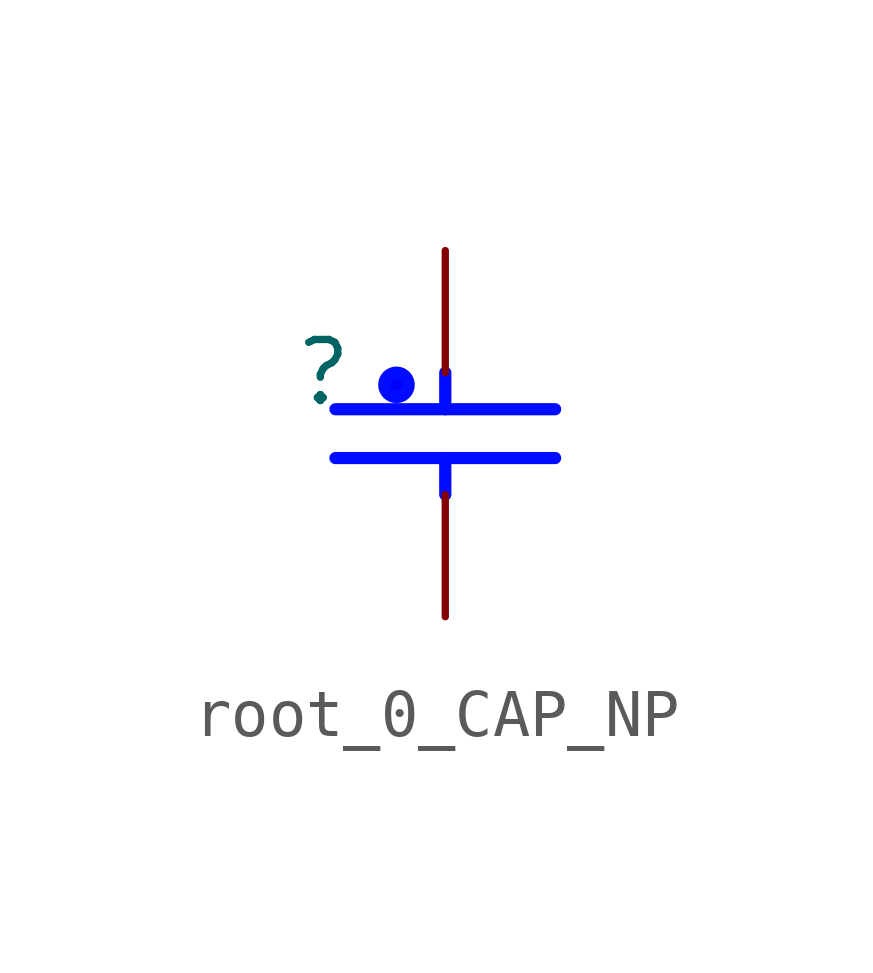
<source format=kicad_sym>
(kicad_symbol_lib
  (version 20231120)
  (generator "kicad_symbol_editor")
  (generator_version "8.0")
  (symbol "root_0_CAP_NP"
    (property "Reference" ""
      (at 0 0 0)
      (effects (font (size 1.27 1.27))))
    (property "Value" ""
      (at 0 0 0)
      (effects (font (size 1.27 1.27))))
    (symbol "root_0_CAP_NP_1_0"
      (polyline (pts (xy 0.254 -1.778) (xy 4.826 -1.778)) (stroke (width 0.254) (type solid) (color 0 11 255 1)) (fill (type none)))
      (polyline (pts (xy 0.254 -0.762) (xy 4.826 -0.762)) (stroke (width 0.254) (type solid) (color 0 11 255 1)) (fill (type none)))
      (polyline (pts (xy 2.54 -2.54) (xy 2.54 -1.778)) (stroke (width 0.254) (type solid) (color 0 11 255 1)) (fill (type none)))
      (polyline (pts (xy 2.54 0) (xy 2.54 -0.762)) (stroke (width 0.254) (type solid) (color 0 11 255 1)) (fill (type none)))
      (circle (center 1.524 -0.254) (radius 0.254) (stroke (width 0.254) (type solid) (color 0 11 255 1)) (fill (type color) (color 0 0 255 1)))
      (pin passive line (at 2.54 2.54 270) (length 2.54) (name "1" (effects (font (size 0 0)))) (number "1" (effects (font (size 0 0)))))
      (pin passive line (at 2.54 -5.08 90) (length 2.54) (name "2" (effects (font (size 0 0)))) (number "2" (effects (font (size 0 0))))))))
</source>
